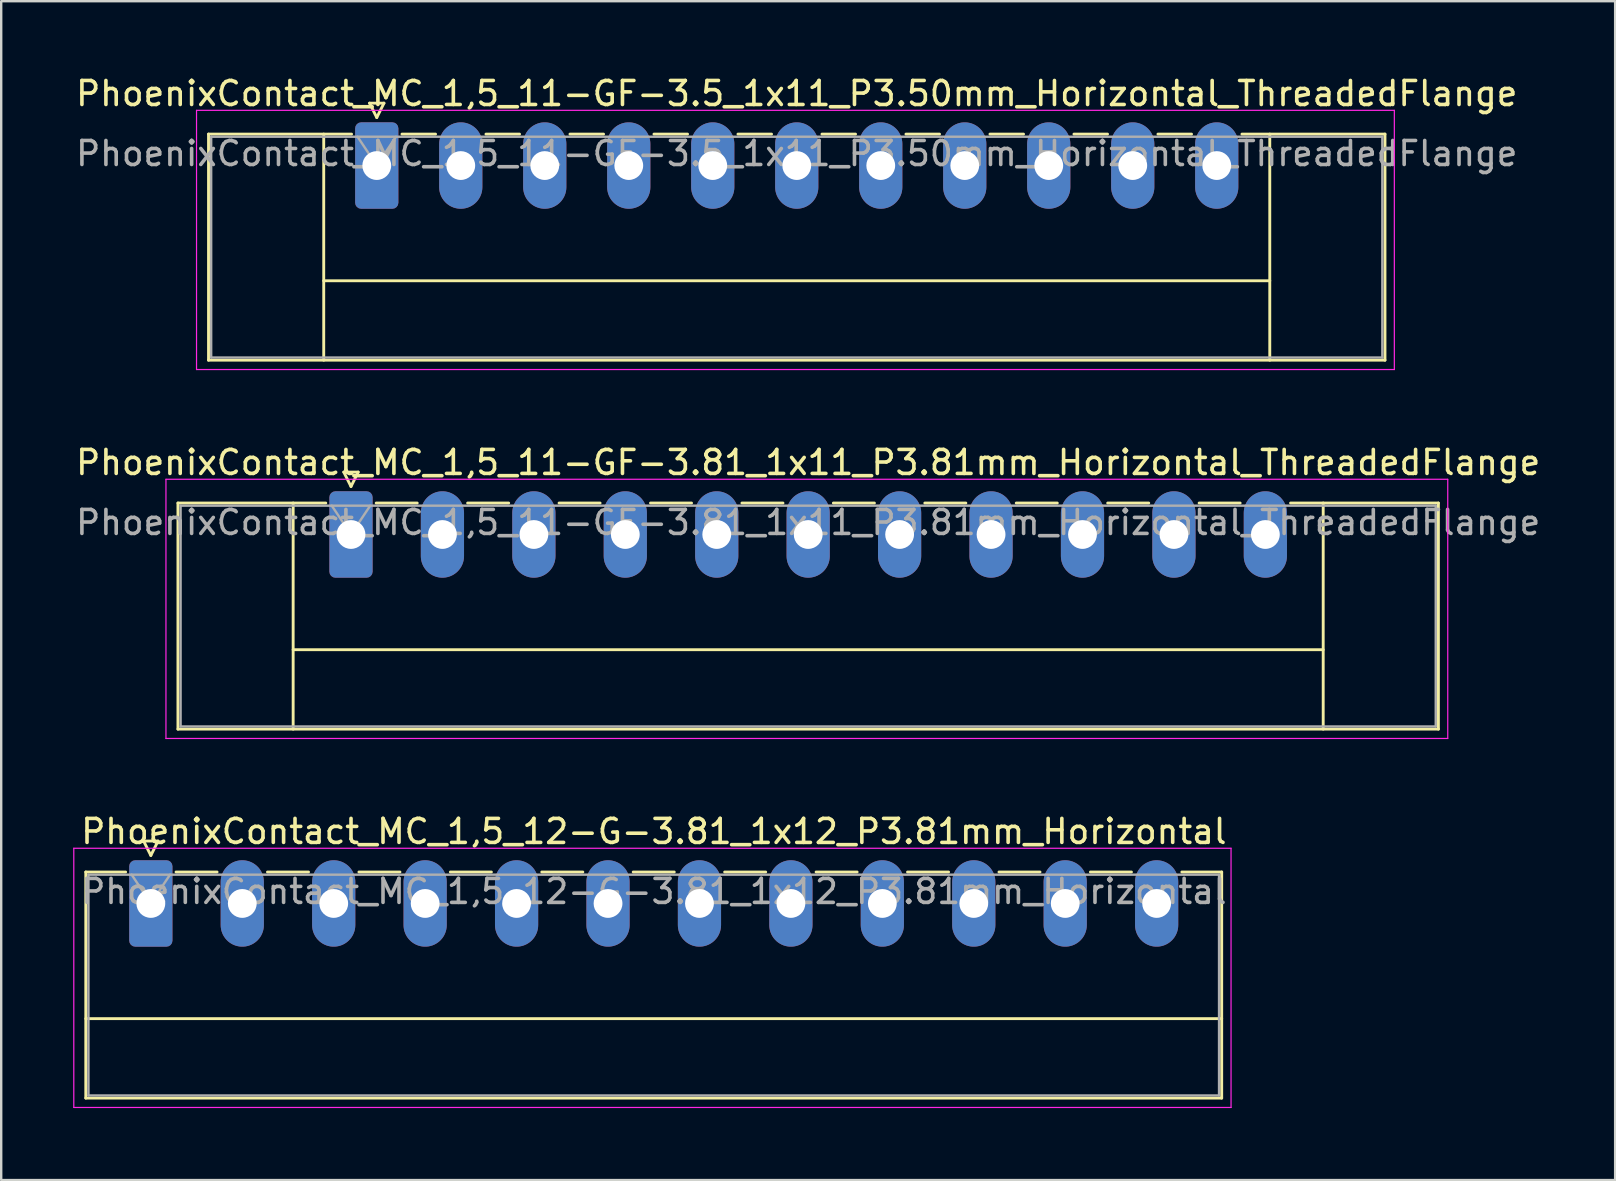
<source format=kicad_pcb>
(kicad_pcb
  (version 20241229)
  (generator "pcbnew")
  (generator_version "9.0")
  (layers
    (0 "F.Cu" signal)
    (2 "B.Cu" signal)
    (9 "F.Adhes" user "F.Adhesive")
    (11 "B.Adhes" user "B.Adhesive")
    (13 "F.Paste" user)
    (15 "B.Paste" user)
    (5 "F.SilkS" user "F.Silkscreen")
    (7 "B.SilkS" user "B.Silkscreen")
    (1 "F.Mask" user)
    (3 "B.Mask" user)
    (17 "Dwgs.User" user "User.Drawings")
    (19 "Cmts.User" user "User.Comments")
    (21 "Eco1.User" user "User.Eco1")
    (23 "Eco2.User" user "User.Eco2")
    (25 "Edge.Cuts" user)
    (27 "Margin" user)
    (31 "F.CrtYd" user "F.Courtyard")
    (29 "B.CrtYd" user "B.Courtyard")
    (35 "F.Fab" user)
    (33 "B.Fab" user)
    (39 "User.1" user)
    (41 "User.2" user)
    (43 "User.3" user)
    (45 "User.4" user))
  (footprint "PhoenixContact_MC_1,5_11-GF-3.5_1x11_P3.50mm_Horizontal_ThreadedFlange"
    (layer "F.Cu")
    (at 12.649 3.848)
    (property "Reference" "PhoenixContact_MC_1,5_11-GF-3.5_1x11_P3.50mm_Horizontal_ThreadedFlange" (at 17.5 -3 0) (layer "F.SilkS") (effects (font (size 1 1) (thickness 0.15))))
    (attr through_hole)
    (fp_line (start -7.01 -1.31) (end -7.01 8.11) (stroke (width 0.12) (type solid)) (layer "F.SilkS"))
    (fp_line (start -7.01 -1.31) (end -1.05 -1.31) (stroke (width 0.12) (type solid)) (layer "F.SilkS"))
    (fp_line (start -7.01 8.11) (end 42.01 8.11) (stroke (width 0.12) (type solid)) (layer "F.SilkS"))
    (fp_line (start -2.21 -1.31) (end -2.21 8.11) (stroke (width 0.12) (type solid)) (layer "F.SilkS"))
    (fp_line (start -2.21 4.8) (end 37.21 4.8) (stroke (width 0.12) (type solid)) (layer "F.SilkS"))
    (fp_line (start -0.3 -2.6) (end 0.3 -2.6) (stroke (width 0.12) (type solid)) (layer "F.SilkS"))
    (fp_line (start 0 -2) (end -0.3 -2.6) (stroke (width 0.12) (type solid)) (layer "F.SilkS"))
    (fp_line (start 0.3 -2.6) (end 0 -2) (stroke (width 0.12) (type solid)) (layer "F.SilkS"))
    (fp_line (start 1.05 -1.31) (end 2.45 -1.31) (stroke (width 0.12) (type solid)) (layer "F.SilkS"))
    (fp_line (start 4.55 -1.31) (end 5.95 -1.31) (stroke (width 0.12) (type solid)) (layer "F.SilkS"))
    (fp_line (start 8.05 -1.31) (end 9.45 -1.31) (stroke (width 0.12) (type solid)) (layer "F.SilkS"))
    (fp_line (start 11.55 -1.31) (end 12.95 -1.31) (stroke (width 0.12) (type solid)) (layer "F.SilkS"))
    (fp_line (start 15.05 -1.31) (end 16.45 -1.31) (stroke (width 0.12) (type solid)) (layer "F.SilkS"))
    (fp_line (start 18.55 -1.31) (end 19.95 -1.31) (stroke (width 0.12) (type solid)) (layer "F.SilkS"))
    (fp_line (start 22.05 -1.31) (end 23.45 -1.31) (stroke (width 0.12) (type solid)) (layer "F.SilkS"))
    (fp_line (start 25.55 -1.31) (end 26.95 -1.31) (stroke (width 0.12) (type solid)) (layer "F.SilkS"))
    (fp_line (start 29.05 -1.31) (end 30.45 -1.31) (stroke (width 0.12) (type solid)) (layer "F.SilkS"))
    (fp_line (start 32.55 -1.31) (end 33.95 -1.31) (stroke (width 0.12) (type solid)) (layer "F.SilkS"))
    (fp_line (start 37.21 -1.31) (end 37.21 8.11) (stroke (width 0.12) (type solid)) (layer "F.SilkS"))
    (fp_line (start 42.01 -1.31) (end 36.05 -1.31) (stroke (width 0.12) (type solid)) (layer "F.SilkS"))
    (fp_line (start 42.01 8.11) (end 42.01 -1.31) (stroke (width 0.12) (type solid)) (layer "F.SilkS"))
    (fp_line (start -7.51 -2.3) (end -7.51 8.5) (stroke (width 0.05) (type solid)) (layer "F.CrtYd"))
    (fp_line (start -7.51 8.5) (end 42.4 8.5) (stroke (width 0.05) (type solid)) (layer "F.CrtYd"))
    (fp_line (start 42.4 -2.3) (end -7.51 -2.3) (stroke (width 0.05) (type solid)) (layer "F.CrtYd"))
    (fp_line (start 42.4 8.5) (end 42.4 -2.3) (stroke (width 0.05) (type solid)) (layer "F.CrtYd"))
    (fp_line (start -6.9 -1.2) (end -6.9 8) (stroke (width 0.1) (type solid)) (layer "F.Fab"))
    (fp_line (start -6.9 8) (end 41.9 8) (stroke (width 0.1) (type solid)) (layer "F.Fab"))
    (fp_line (start 0 0) (end -0.8 -1.2) (stroke (width 0.1) (type solid)) (layer "F.Fab"))
    (fp_line (start 0.8 -1.2) (end 0 0) (stroke (width 0.1) (type solid)) (layer "F.Fab"))
    (fp_line (start 41.9 -1.2) (end -6.9 -1.2) (stroke (width 0.1) (type solid)) (layer "F.Fab"))
    (fp_line (start 41.9 8) (end 41.9 -1.2) (stroke (width 0.1) (type solid)) (layer "F.Fab"))
    (fp_text user "${REFERENCE}" (at 17.5 -0.5 0) (layer "F.Fab") (effects (font (size 1 1) (thickness 0.15))))
    (pad "1" thru_hole roundrect (at 0 0) (size 1.8 3.6) (drill 1.2) (layers "*.Cu" "*.Mask") (roundrect_rratio 0.139))
    (pad "2" thru_hole oval (at 3.5 0) (size 1.8 3.6) (drill 1.2) (layers "*.Cu" "*.Mask"))
    (pad "3" thru_hole oval (at 7 0) (size 1.8 3.6) (drill 1.2) (layers "*.Cu" "*.Mask"))
    (pad "4" thru_hole oval (at 10.5 0) (size 1.8 3.6) (drill 1.2) (layers "*.Cu" "*.Mask"))
    (pad "5" thru_hole oval (at 14 0) (size 1.8 3.6) (drill 1.2) (layers "*.Cu" "*.Mask"))
    (pad "6" thru_hole oval (at 17.5 0) (size 1.8 3.6) (drill 1.2) (layers "*.Cu" "*.Mask"))
    (pad "7" thru_hole oval (at 21 0) (size 1.8 3.6) (drill 1.2) (layers "*.Cu" "*.Mask"))
    (pad "8" thru_hole oval (at 24.5 0) (size 1.8 3.6) (drill 1.2) (layers "*.Cu" "*.Mask"))
    (pad "9" thru_hole oval (at 28 0) (size 1.8 3.6) (drill 1.2) (layers "*.Cu" "*.Mask"))
    (pad "10" thru_hole oval (at 31.5 0) (size 1.8 3.6) (drill 1.2) (layers "*.Cu" "*.Mask"))
    (pad "11" thru_hole oval (at 35 0) (size 1.8 3.6) (drill 1.2) (layers "*.Cu" "*.Mask")))
  (footprint "PhoenixContact_MC_1,5_11-GF-3.81_1x11_P3.81mm_Horizontal_ThreadedFlange"
    (layer "F.Cu")
    (at 11.575 19.221)
    (property "Reference" "PhoenixContact_MC_1,5_11-GF-3.81_1x11_P3.81mm_Horizontal_ThreadedFlange" (at 19.05 -3 0) (layer "F.SilkS") (effects (font (size 1 1) (thickness 0.15))))
    (attr through_hole)
    (fp_line (start -7.21 -1.31) (end -7.21 8.11) (stroke (width 0.12) (type solid)) (layer "F.SilkS"))
    (fp_line (start -7.21 -1.31) (end -1.05 -1.31) (stroke (width 0.12) (type solid)) (layer "F.SilkS"))
    (fp_line (start -7.21 8.11) (end 45.31 8.11) (stroke (width 0.12) (type solid)) (layer "F.SilkS"))
    (fp_line (start -2.41 -1.31) (end -2.41 8.11) (stroke (width 0.12) (type solid)) (layer "F.SilkS"))
    (fp_line (start -2.41 4.8) (end 40.51 4.8) (stroke (width 0.12) (type solid)) (layer "F.SilkS"))
    (fp_line (start -0.3 -2.6) (end 0.3 -2.6) (stroke (width 0.12) (type solid)) (layer "F.SilkS"))
    (fp_line (start 0 -2) (end -0.3 -2.6) (stroke (width 0.12) (type solid)) (layer "F.SilkS"))
    (fp_line (start 0.3 -2.6) (end 0 -2) (stroke (width 0.12) (type solid)) (layer "F.SilkS"))
    (fp_line (start 1.05 -1.31) (end 2.76 -1.31) (stroke (width 0.12) (type solid)) (layer "F.SilkS"))
    (fp_line (start 4.86 -1.31) (end 6.57 -1.31) (stroke (width 0.12) (type solid)) (layer "F.SilkS"))
    (fp_line (start 8.67 -1.31) (end 10.38 -1.31) (stroke (width 0.12) (type solid)) (layer "F.SilkS"))
    (fp_line (start 12.48 -1.31) (end 14.19 -1.31) (stroke (width 0.12) (type solid)) (layer "F.SilkS"))
    (fp_line (start 16.29 -1.31) (end 18 -1.31) (stroke (width 0.12) (type solid)) (layer "F.SilkS"))
    (fp_line (start 20.1 -1.31) (end 21.81 -1.31) (stroke (width 0.12) (type solid)) (layer "F.SilkS"))
    (fp_line (start 23.91 -1.31) (end 25.62 -1.31) (stroke (width 0.12) (type solid)) (layer "F.SilkS"))
    (fp_line (start 27.72 -1.31) (end 29.43 -1.31) (stroke (width 0.12) (type solid)) (layer "F.SilkS"))
    (fp_line (start 31.53 -1.31) (end 33.24 -1.31) (stroke (width 0.12) (type solid)) (layer "F.SilkS"))
    (fp_line (start 35.34 -1.31) (end 37.05 -1.31) (stroke (width 0.12) (type solid)) (layer "F.SilkS"))
    (fp_line (start 40.51 -1.31) (end 40.51 8.11) (stroke (width 0.12) (type solid)) (layer "F.SilkS"))
    (fp_line (start 45.31 -1.31) (end 39.15 -1.31) (stroke (width 0.12) (type solid)) (layer "F.SilkS"))
    (fp_line (start 45.31 8.11) (end 45.31 -1.31) (stroke (width 0.12) (type solid)) (layer "F.SilkS"))
    (fp_line (start -7.71 -2.3) (end -7.71 8.5) (stroke (width 0.05) (type solid)) (layer "F.CrtYd"))
    (fp_line (start -7.71 8.5) (end 45.7 8.5) (stroke (width 0.05) (type solid)) (layer "F.CrtYd"))
    (fp_line (start 45.7 -2.3) (end -7.71 -2.3) (stroke (width 0.05) (type solid)) (layer "F.CrtYd"))
    (fp_line (start 45.7 8.5) (end 45.7 -2.3) (stroke (width 0.05) (type solid)) (layer "F.CrtYd"))
    (fp_line (start -7.1 -1.2) (end -7.1 8) (stroke (width 0.1) (type solid)) (layer "F.Fab"))
    (fp_line (start -7.1 8) (end 45.2 8) (stroke (width 0.1) (type solid)) (layer "F.Fab"))
    (fp_line (start 0 0) (end -0.8 -1.2) (stroke (width 0.1) (type solid)) (layer "F.Fab"))
    (fp_line (start 0.8 -1.2) (end 0 0) (stroke (width 0.1) (type solid)) (layer "F.Fab"))
    (fp_line (start 45.2 -1.2) (end -7.1 -1.2) (stroke (width 0.1) (type solid)) (layer "F.Fab"))
    (fp_line (start 45.2 8) (end 45.2 -1.2) (stroke (width 0.1) (type solid)) (layer "F.Fab"))
    (fp_text user "${REFERENCE}" (at 19.05 -0.5 0) (layer "F.Fab") (effects (font (size 1 1) (thickness 0.15))))
    (pad "1" thru_hole roundrect (at 0 0) (size 1.8 3.6) (drill 1.2) (layers "*.Cu" "*.Mask") (roundrect_rratio 0.139))
    (pad "2" thru_hole oval (at 3.81 0) (size 1.8 3.6) (drill 1.2) (layers "*.Cu" "*.Mask"))
    (pad "3" thru_hole oval (at 7.62 0) (size 1.8 3.6) (drill 1.2) (layers "*.Cu" "*.Mask"))
    (pad "4" thru_hole oval (at 11.43 0) (size 1.8 3.6) (drill 1.2) (layers "*.Cu" "*.Mask"))
    (pad "5" thru_hole oval (at 15.24 0) (size 1.8 3.6) (drill 1.2) (layers "*.Cu" "*.Mask"))
    (pad "6" thru_hole oval (at 19.05 0) (size 1.8 3.6) (drill 1.2) (layers "*.Cu" "*.Mask"))
    (pad "7" thru_hole oval (at 22.86 0) (size 1.8 3.6) (drill 1.2) (layers "*.Cu" "*.Mask"))
    (pad "8" thru_hole oval (at 26.67 0) (size 1.8 3.6) (drill 1.2) (layers "*.Cu" "*.Mask"))
    (pad "9" thru_hole oval (at 30.48 0) (size 1.8 3.6) (drill 1.2) (layers "*.Cu" "*.Mask"))
    (pad "10" thru_hole oval (at 34.29 0) (size 1.8 3.6) (drill 1.2) (layers "*.Cu" "*.Mask"))
    (pad "11" thru_hole oval (at 38.1 0) (size 1.8 3.6) (drill 1.2) (layers "*.Cu" "*.Mask")))
  (footprint "PhoenixContact_MC_1,5_12-G-3.81_1x12_P3.81mm_Horizontal"
    (layer "F.Cu")
    (at 3.235 34.595)
    (property "Reference" "PhoenixContact_MC_1,5_12-G-3.81_1x12_P3.81mm_Horizontal" (at 20.96 -3 0) (layer "F.SilkS") (effects (font (size 1 1) (thickness 0.15))))
    (attr through_hole)
    (fp_line (start -2.71 -1.31) (end -2.71 8.11) (stroke (width 0.12) (type solid)) (layer "F.SilkS"))
    (fp_line (start -2.71 -1.31) (end -1.05 -1.31) (stroke (width 0.12) (type solid)) (layer "F.SilkS"))
    (fp_line (start -2.71 4.8) (end 44.62 4.8) (stroke (width 0.12) (type solid)) (layer "F.SilkS"))
    (fp_line (start -2.71 8.11) (end 44.62 8.11) (stroke (width 0.12) (type solid)) (layer "F.SilkS"))
    (fp_line (start -0.3 -2.6) (end 0.3 -2.6) (stroke (width 0.12) (type solid)) (layer "F.SilkS"))
    (fp_line (start 0 -2) (end -0.3 -2.6) (stroke (width 0.12) (type solid)) (layer "F.SilkS"))
    (fp_line (start 0.3 -2.6) (end 0 -2) (stroke (width 0.12) (type solid)) (layer "F.SilkS"))
    (fp_line (start 1.05 -1.31) (end 2.76 -1.31) (stroke (width 0.12) (type solid)) (layer "F.SilkS"))
    (fp_line (start 4.86 -1.31) (end 6.57 -1.31) (stroke (width 0.12) (type solid)) (layer "F.SilkS"))
    (fp_line (start 8.67 -1.31) (end 10.38 -1.31) (stroke (width 0.12) (type solid)) (layer "F.SilkS"))
    (fp_line (start 12.48 -1.31) (end 14.19 -1.31) (stroke (width 0.12) (type solid)) (layer "F.SilkS"))
    (fp_line (start 16.29 -1.31) (end 18 -1.31) (stroke (width 0.12) (type solid)) (layer "F.SilkS"))
    (fp_line (start 20.1 -1.31) (end 21.81 -1.31) (stroke (width 0.12) (type solid)) (layer "F.SilkS"))
    (fp_line (start 23.91 -1.31) (end 25.62 -1.31) (stroke (width 0.12) (type solid)) (layer "F.SilkS"))
    (fp_line (start 27.72 -1.31) (end 29.43 -1.31) (stroke (width 0.12) (type solid)) (layer "F.SilkS"))
    (fp_line (start 31.53 -1.31) (end 33.24 -1.31) (stroke (width 0.12) (type solid)) (layer "F.SilkS"))
    (fp_line (start 35.34 -1.31) (end 37.05 -1.31) (stroke (width 0.12) (type solid)) (layer "F.SilkS"))
    (fp_line (start 39.15 -1.31) (end 40.86 -1.31) (stroke (width 0.12) (type solid)) (layer "F.SilkS"))
    (fp_line (start 44.62 -1.31) (end 42.96 -1.31) (stroke (width 0.12) (type solid)) (layer "F.SilkS"))
    (fp_line (start 44.62 8.11) (end 44.62 -1.31) (stroke (width 0.12) (type solid)) (layer "F.SilkS"))
    (fp_line (start -3.21 -2.3) (end -3.21 8.5) (stroke (width 0.05) (type solid)) (layer "F.CrtYd"))
    (fp_line (start -3.21 8.5) (end 45.01 8.5) (stroke (width 0.05) (type solid)) (layer "F.CrtYd"))
    (fp_line (start 45.01 -2.3) (end -3.21 -2.3) (stroke (width 0.05) (type solid)) (layer "F.CrtYd"))
    (fp_line (start 45.01 8.5) (end 45.01 -2.3) (stroke (width 0.05) (type solid)) (layer "F.CrtYd"))
    (fp_line (start -2.6 -1.2) (end -2.6 8) (stroke (width 0.1) (type solid)) (layer "F.Fab"))
    (fp_line (start -2.6 8) (end 44.51 8) (stroke (width 0.1) (type solid)) (layer "F.Fab"))
    (fp_line (start 0 0) (end -0.8 -1.2) (stroke (width 0.1) (type solid)) (layer "F.Fab"))
    (fp_line (start 0.8 -1.2) (end 0 0) (stroke (width 0.1) (type solid)) (layer "F.Fab"))
    (fp_line (start 44.51 -1.2) (end -2.6 -1.2) (stroke (width 0.1) (type solid)) (layer "F.Fab"))
    (fp_line (start 44.51 8) (end 44.51 -1.2) (stroke (width 0.1) (type solid)) (layer "F.Fab"))
    (fp_text user "${REFERENCE}" (at 20.96 -0.5 0) (layer "F.Fab") (effects (font (size 1 1) (thickness 0.15))))
    (pad "1" thru_hole roundrect (at 0 0) (size 1.8 3.6) (drill 1.2) (layers "*.Cu" "*.Mask") (roundrect_rratio 0.139))
    (pad "2" thru_hole oval (at 3.81 0) (size 1.8 3.6) (drill 1.2) (layers "*.Cu" "*.Mask"))
    (pad "3" thru_hole oval (at 7.62 0) (size 1.8 3.6) (drill 1.2) (layers "*.Cu" "*.Mask"))
    (pad "4" thru_hole oval (at 11.43 0) (size 1.8 3.6) (drill 1.2) (layers "*.Cu" "*.Mask"))
    (pad "5" thru_hole oval (at 15.24 0) (size 1.8 3.6) (drill 1.2) (layers "*.Cu" "*.Mask"))
    (pad "6" thru_hole oval (at 19.05 0) (size 1.8 3.6) (drill 1.2) (layers "*.Cu" "*.Mask"))
    (pad "7" thru_hole oval (at 22.86 0) (size 1.8 3.6) (drill 1.2) (layers "*.Cu" "*.Mask"))
    (pad "8" thru_hole oval (at 26.67 0) (size 1.8 3.6) (drill 1.2) (layers "*.Cu" "*.Mask"))
    (pad "9" thru_hole oval (at 30.48 0) (size 1.8 3.6) (drill 1.2) (layers "*.Cu" "*.Mask"))
    (pad "10" thru_hole oval (at 34.29 0) (size 1.8 3.6) (drill 1.2) (layers "*.Cu" "*.Mask"))
    (pad "11" thru_hole oval (at 38.1 0) (size 1.8 3.6) (drill 1.2) (layers "*.Cu" "*.Mask"))
    (pad "12" thru_hole oval (at 41.91 0) (size 1.8 3.6) (drill 1.2) (layers "*.Cu" "*.Mask")))
  (gr_rect
    (start -3 -3)
    (end 64.25 46.12)
    (stroke (width 0.1) (type default))
    (fill no)
    (layer "Edge.Cuts")))
</source>
